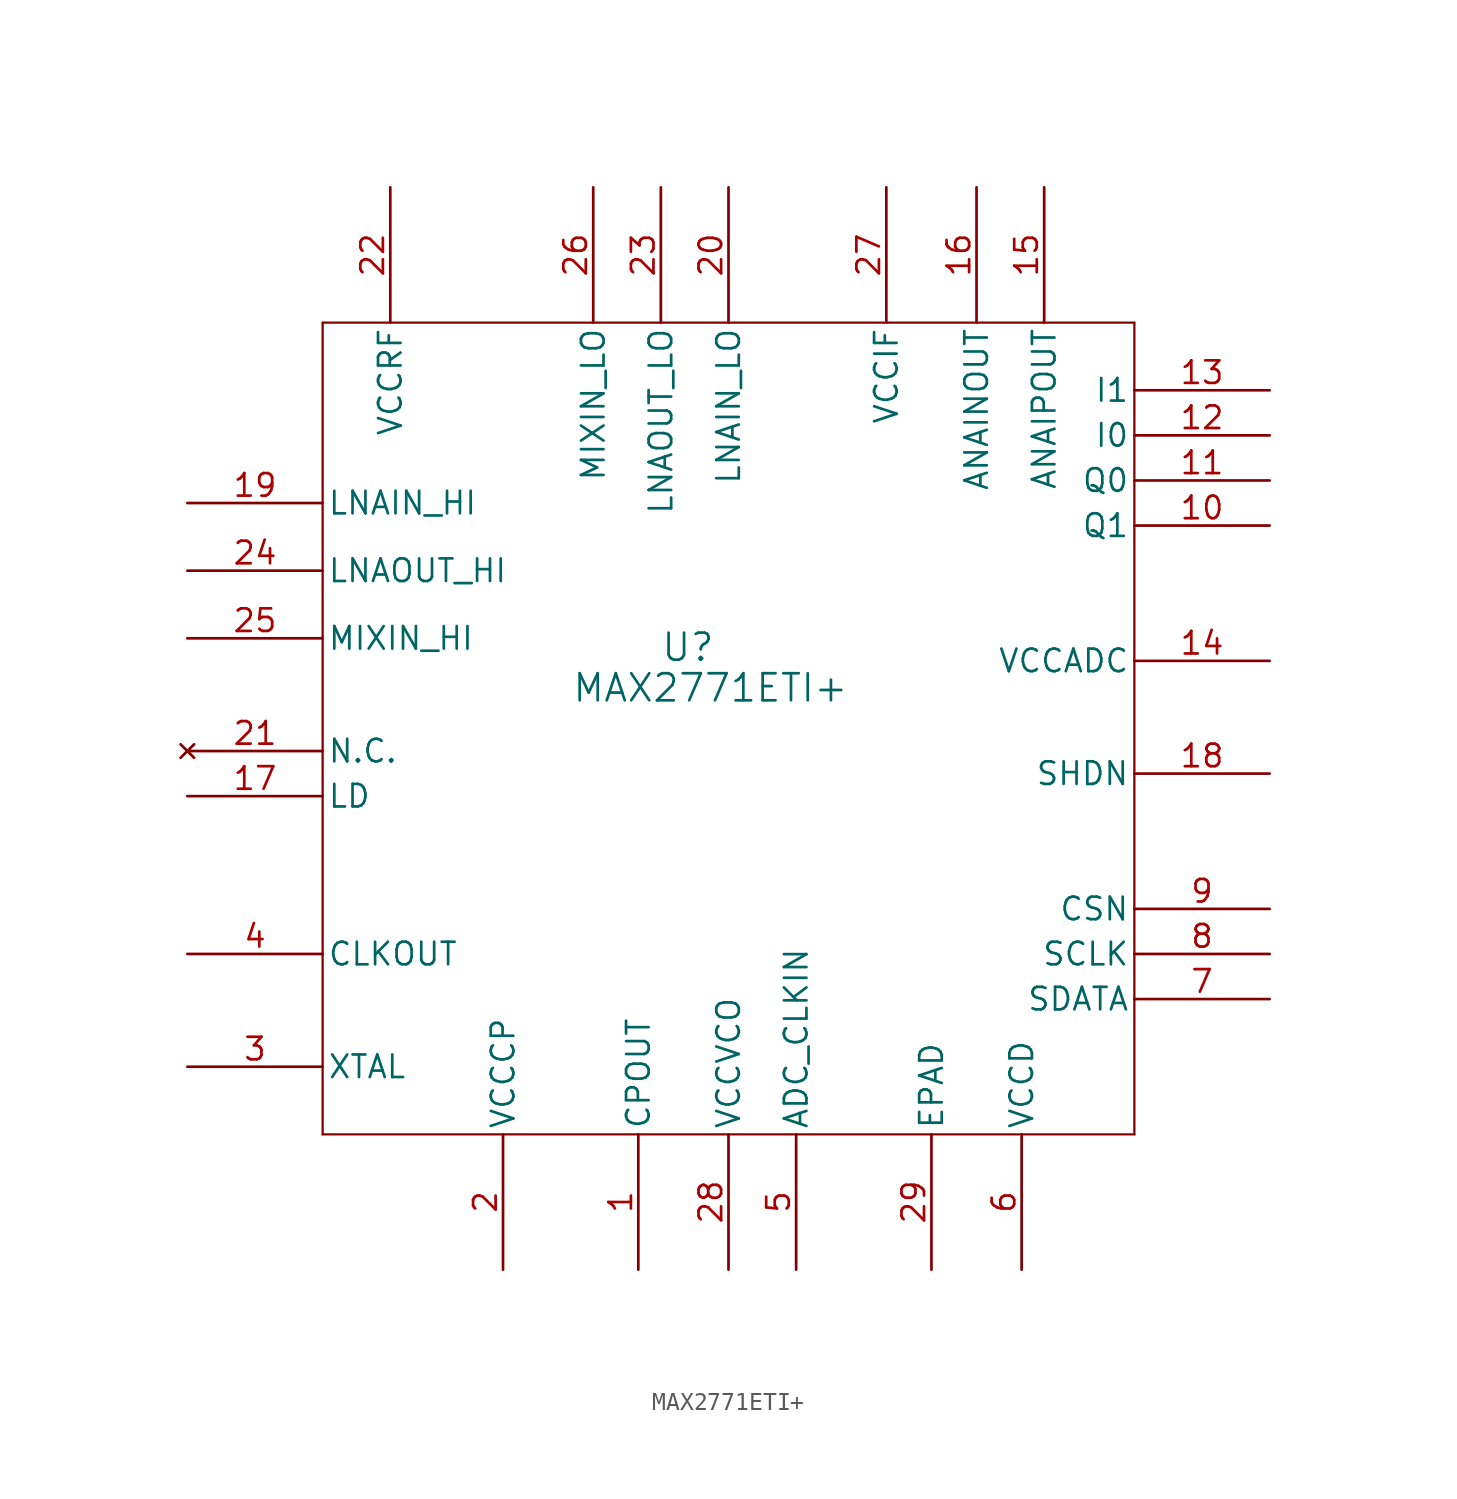
<source format=kicad_sym>
(kicad_symbol_lib
  (version 20241209)
  (generator "kicad_symbol_editor")
  (generator_version "9.0")
  (symbol "MAX2771ETI+"
    (pin_names
      (offset 0.254))
    (property "Reference" "U"
      (at 28.194 -13.208 0)
      (effects (font (size 1.524 1.524))))
    (property "Value" "MAX2771ETI+"
      (at 29.464 -15.494 0)
      (effects (font (size 1.524 1.524))))
    (property "ki_locked" ""
      (at 0 0 0)
      (effects (font (size 1.27 1.27))))
    (symbol "MAX2771ETI+_0_1"
      (polyline (pts (xy 7.62 5.08) (xy 7.62 -40.64)) (stroke (width 0.127) (type default)) (fill (type none)))
      (polyline (pts (xy 7.62 -40.64) (xy 53.34 -40.64)) (stroke (width 0.127) (type default)) (fill (type none)))
      (polyline (pts (xy 53.34 5.08) (xy 7.62 5.08)) (stroke (width 0.127) (type default)) (fill (type none)))
      (polyline (pts (xy 53.34 -40.64) (xy 53.34 5.08)) (stroke (width 0.127) (type default)) (fill (type none)))
      (pin unspecified line (at 0 -5.08 0) (length 7.62) (name "LNAIN_HI" (effects (font (size 1.27 1.27)))) (number "19" (effects (font (size 1.27 1.27)))))
      (pin output line (at 0 -8.89 0) (length 7.62) (name "LNAOUT_HI" (effects (font (size 1.27 1.27)))) (number "24" (effects (font (size 1.27 1.27)))))
      (pin unspecified line (at 0 -12.7 0) (length 7.62) (name "MIXIN_HI" (effects (font (size 1.27 1.27)))) (number "25" (effects (font (size 1.27 1.27)))))
      (pin no_connect line (at 0 -19.05 0) (length 7.62) (name "N.C." (effects (font (size 1.27 1.27)))) (number "21" (effects (font (size 1.27 1.27)))))
      (pin unspecified line (at 0 -21.59 0) (length 7.62) (name "LD" (effects (font (size 1.27 1.27)))) (number "17" (effects (font (size 1.27 1.27)))))
      (pin output line (at 0 -30.48 0) (length 7.62) (name "CLKOUT" (effects (font (size 1.27 1.27)))) (number "4" (effects (font (size 1.27 1.27)))))
      (pin unspecified line (at 0 -36.83 0) (length 7.62) (name "XTAL" (effects (font (size 1.27 1.27)))) (number "3" (effects (font (size 1.27 1.27)))))
      (pin power_in line (at 11.43 12.7 270) (length 7.62) (name "VCCRF" (effects (font (size 1.27 1.27)))) (number "22" (effects (font (size 1.27 1.27)))))
      (pin power_in line (at 17.78 -48.26 90) (length 7.62) (name "VCCCP" (effects (font (size 1.27 1.27)))) (number "2" (effects (font (size 1.27 1.27)))))
      (pin unspecified line (at 22.86 12.7 270) (length 7.62) (name "MIXIN_LO" (effects (font (size 1.27 1.27)))) (number "26" (effects (font (size 1.27 1.27)))))
      (pin output line (at 25.4 -48.26 90) (length 7.62) (name "CPOUT" (effects (font (size 1.27 1.27)))) (number "1" (effects (font (size 1.27 1.27)))))
      (pin output line (at 26.67 12.7 270) (length 7.62) (name "LNAOUT_LO" (effects (font (size 1.27 1.27)))) (number "23" (effects (font (size 1.27 1.27)))))
      (pin unspecified line (at 30.48 12.7 270) (length 7.62) (name "LNAIN_LO" (effects (font (size 1.27 1.27)))) (number "20" (effects (font (size 1.27 1.27)))))
      (pin power_in line (at 30.48 -48.26 90) (length 7.62) (name "VCCVCO" (effects (font (size 1.27 1.27)))) (number "28" (effects (font (size 1.27 1.27)))))
      (pin unspecified line (at 34.29 -48.26 90) (length 7.62) (name "ADC_CLKIN" (effects (font (size 1.27 1.27)))) (number "5" (effects (font (size 1.27 1.27)))))
      (pin power_in line (at 39.37 12.7 270) (length 7.62) (name "VCCIF" (effects (font (size 1.27 1.27)))) (number "27" (effects (font (size 1.27 1.27)))))
      (pin unspecified line (at 41.91 -48.26 90) (length 7.62) (name "EPAD" (effects (font (size 1.27 1.27)))) (number "29" (effects (font (size 1.27 1.27)))))
      (pin output line (at 44.45 12.7 270) (length 7.62) (name "ANAINOUT" (effects (font (size 1.27 1.27)))) (number "16" (effects (font (size 1.27 1.27)))))
      (pin power_in line (at 46.99 -48.26 90) (length 7.62) (name "VCCD" (effects (font (size 1.27 1.27)))) (number "6" (effects (font (size 1.27 1.27)))))
      (pin output line (at 48.26 12.7 270) (length 7.62) (name "ANAIPOUT" (effects (font (size 1.27 1.27)))) (number "15" (effects (font (size 1.27 1.27)))))
      (pin bidirectional line (at 60.96 1.27 180) (length 7.62) (name "I1" (effects (font (size 1.27 1.27)))) (number "13" (effects (font (size 1.27 1.27)))))
      (pin bidirectional line (at 60.96 -1.27 180) (length 7.62) (name "I0" (effects (font (size 1.27 1.27)))) (number "12" (effects (font (size 1.27 1.27)))))
      (pin bidirectional line (at 60.96 -3.81 180) (length 7.62) (name "Q0" (effects (font (size 1.27 1.27)))) (number "11" (effects (font (size 1.27 1.27)))))
      (pin bidirectional line (at 60.96 -6.35 180) (length 7.62) (name "Q1" (effects (font (size 1.27 1.27)))) (number "10" (effects (font (size 1.27 1.27)))))
      (pin power_in line (at 60.96 -13.97 180) (length 7.62) (name "VCCADC" (effects (font (size 1.27 1.27)))) (number "14" (effects (font (size 1.27 1.27)))))
      (pin unspecified line (at 60.96 -20.32 180) (length 7.62) (name "SHDN" (effects (font (size 1.27 1.27)))) (number "18" (effects (font (size 1.27 1.27)))))
      (pin unspecified line (at 60.96 -27.94 180) (length 7.62) (name "CSN" (effects (font (size 1.27 1.27)))) (number "9" (effects (font (size 1.27 1.27)))))
      (pin unspecified line (at 60.96 -30.48 180) (length 7.62) (name "SCLK" (effects (font (size 1.27 1.27)))) (number "8" (effects (font (size 1.27 1.27)))))
      (pin unspecified line (at 60.96 -33.02 180) (length 7.62) (name "SDATA" (effects (font (size 1.27 1.27)))) (number "7" (effects (font (size 1.27 1.27))))))))
</source>
